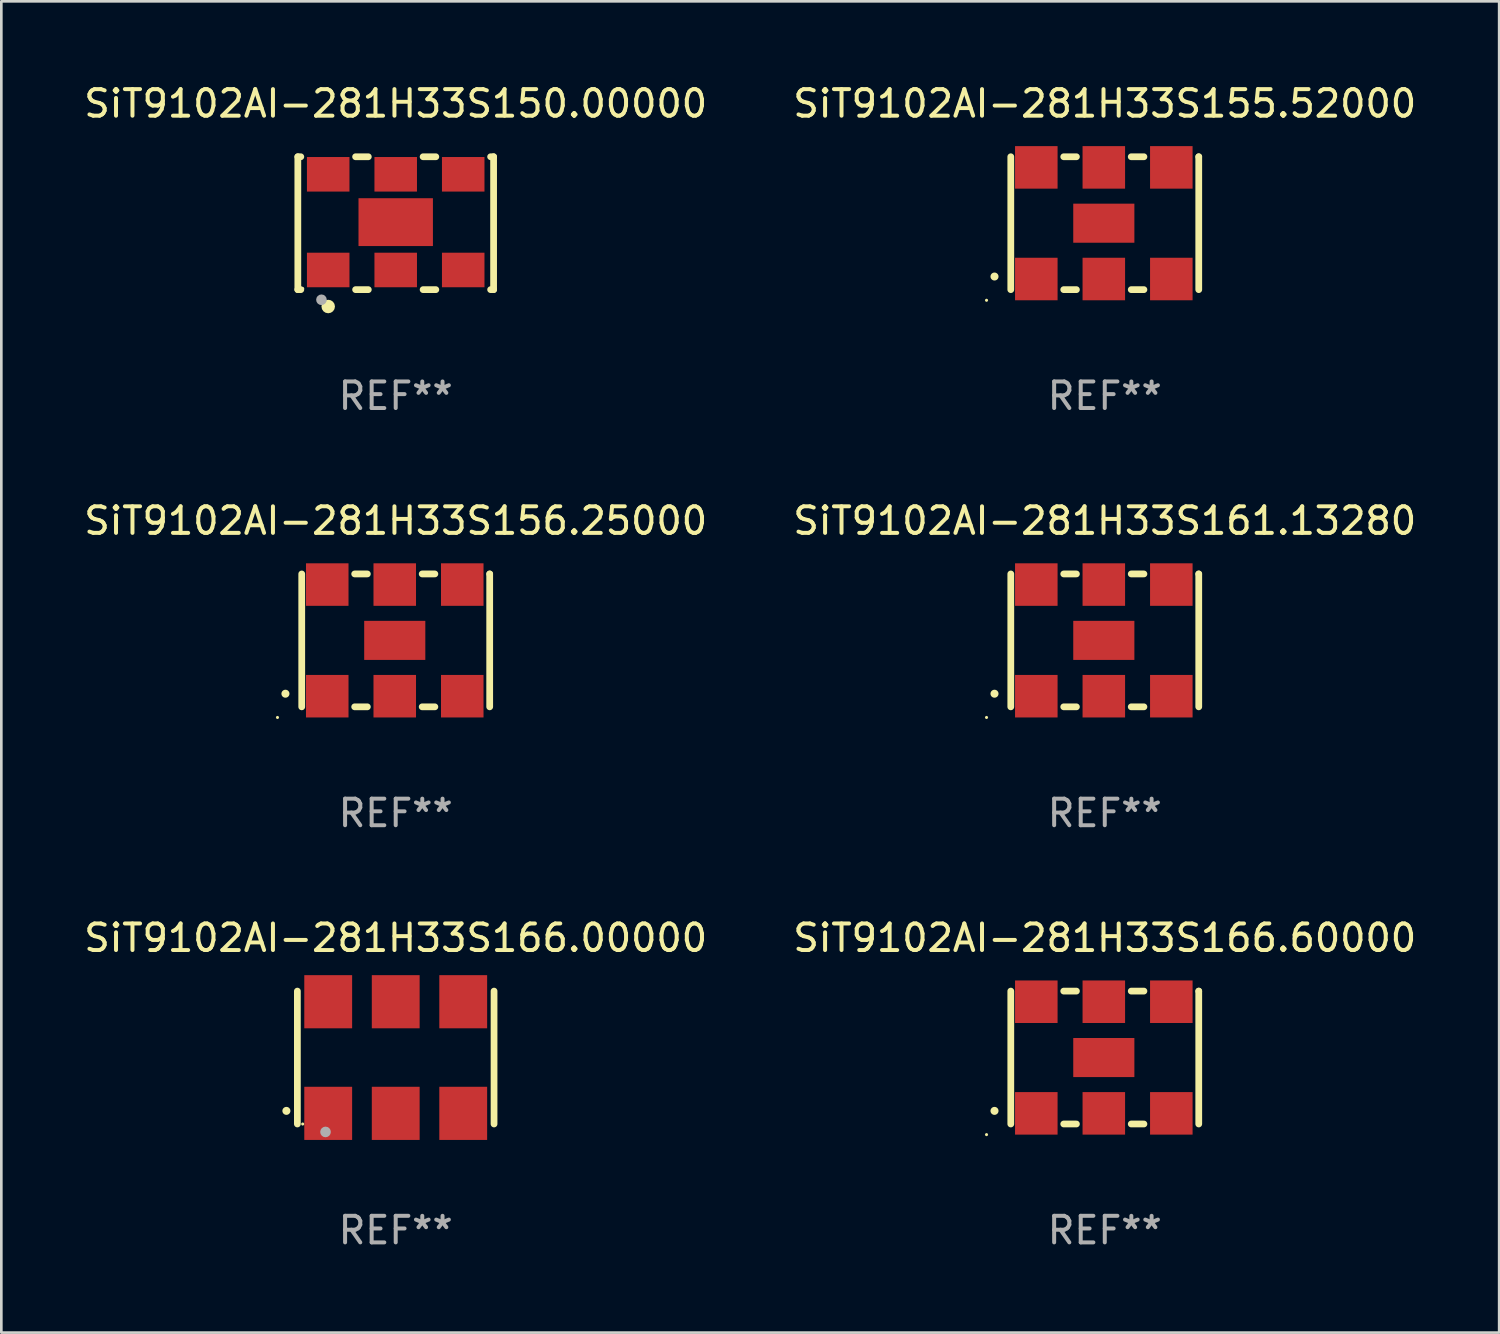
<source format=kicad_pcb>
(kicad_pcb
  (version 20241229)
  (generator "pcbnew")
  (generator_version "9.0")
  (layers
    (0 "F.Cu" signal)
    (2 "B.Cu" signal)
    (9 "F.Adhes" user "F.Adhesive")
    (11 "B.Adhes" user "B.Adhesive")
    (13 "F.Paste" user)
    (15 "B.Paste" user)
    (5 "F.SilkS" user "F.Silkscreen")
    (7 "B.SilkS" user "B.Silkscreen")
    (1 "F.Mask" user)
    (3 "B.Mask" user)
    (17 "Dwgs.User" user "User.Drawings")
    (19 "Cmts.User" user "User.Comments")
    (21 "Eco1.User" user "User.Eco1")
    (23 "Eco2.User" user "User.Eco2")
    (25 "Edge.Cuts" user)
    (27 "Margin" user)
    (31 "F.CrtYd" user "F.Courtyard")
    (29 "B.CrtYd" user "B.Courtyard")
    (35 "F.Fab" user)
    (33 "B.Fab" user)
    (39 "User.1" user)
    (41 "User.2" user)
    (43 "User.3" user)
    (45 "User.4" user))
  (footprint "SiT9102AI-281H33S166.60000"
    (layer "F.Cu")
    (at 38.518 36.741)
    (property "Reference" "SiT9102AI-281H33S166.60000" (at 0 -4.5 0) (layer "F.SilkS") (effects (font (size 1 1) (thickness 0.15))))
    (attr through_hole)
    (fp_line (start -3.536 -2.5) (end -3.536 2.5) (stroke (width 0.254) (type solid)) (layer "F.SilkS"))
    (fp_line (start -1.544 2.5) (end -1.067 2.5) (stroke (width 0.254) (type solid)) (layer "F.SilkS"))
    (fp_line (start -1.067 -2.5) (end -1.544 -2.5) (stroke (width 0.254) (type solid)) (layer "F.SilkS"))
    (fp_line (start 0.996 2.5) (end 1.473 2.5) (stroke (width 0.254) (type solid)) (layer "F.SilkS"))
    (fp_line (start 1.473 -2.5) (end 0.996 -2.5) (stroke (width 0.254) (type solid)) (layer "F.SilkS"))
    (fp_line (start 3.536 -2.5) (end 3.536 -2.5) (stroke (width 0.254) (type solid)) (layer "F.SilkS"))
    (fp_line (start 3.536 2.5) (end 3.536 -2.5) (stroke (width 0.254) (type solid)) (layer "F.SilkS"))
    (fp_arc (start -4.150432 2.006604) (mid -4.149162 2.006599) (end -4.147892 2.006604) (stroke (width 0.3) (type solid)) (layer "F.SilkS"))
    (fp_circle (center -4.449 2.9) (end -4.419 2.9) (stroke (width 0.06) (type solid)) (fill no) (layer "F.SilkS"))
    (fp_text user "REF**" (at 0 6.5 0) (layer "F.Fab") (effects (font (size 1 1) (thickness 0.15))))
    (pad "1" smd rect (at -2.576 2.1) (size 1.6 1.6) (layers "F.Cu" "F.Mask" "F.Paste"))
    (pad "2" smd rect (at -0.036 2.1) (size 1.6 1.6) (layers "F.Cu" "F.Mask" "F.Paste"))
    (pad "3" smd rect (at 2.504 2.1) (size 1.6 1.6) (layers "F.Cu" "F.Mask" "F.Paste"))
    (pad "4" smd rect (at 2.504 -2.1) (size 1.6 1.6) (layers "F.Cu" "F.Mask" "F.Paste"))
    (pad "5" smd rect (at -0.036 -2.1) (size 1.6 1.6) (layers "F.Cu" "F.Mask" "F.Paste"))
    (pad "6" smd rect (at -2.576 -2.1) (size 1.6 1.6) (layers "F.Cu" "F.Mask" "F.Paste"))
    (pad "7" smd rect (at -0.036 0) (size 2.3 1.47) (layers "F.Cu" "F.Mask" "F.Paste")))
  (footprint "SiT9102AI-281H33S156.25000"
    (layer "F.Cu")
    (at 11.839 21.045)
    (property "Reference" "SiT9102AI-281H33S156.25000" (at 0 -4.5 0) (layer "F.SilkS") (effects (font (size 1 1) (thickness 0.15))))
    (attr through_hole)
    (fp_line (start -3.536 -2.5) (end -3.536 2.5) (stroke (width 0.254) (type solid)) (layer "F.SilkS"))
    (fp_line (start -1.544 2.5) (end -1.067 2.5) (stroke (width 0.254) (type solid)) (layer "F.SilkS"))
    (fp_line (start -1.067 -2.5) (end -1.544 -2.5) (stroke (width 0.254) (type solid)) (layer "F.SilkS"))
    (fp_line (start 0.996 2.5) (end 1.473 2.5) (stroke (width 0.254) (type solid)) (layer "F.SilkS"))
    (fp_line (start 1.473 -2.5) (end 0.996 -2.5) (stroke (width 0.254) (type solid)) (layer "F.SilkS"))
    (fp_line (start 3.536 -2.5) (end 3.536 -2.5) (stroke (width 0.254) (type solid)) (layer "F.SilkS"))
    (fp_line (start 3.536 2.5) (end 3.536 -2.5) (stroke (width 0.254) (type solid)) (layer "F.SilkS"))
    (fp_arc (start -4.150432 2.006604) (mid -4.149162 2.006599) (end -4.147892 2.006604) (stroke (width 0.3) (type solid)) (layer "F.SilkS"))
    (fp_circle (center -4.449 2.9) (end -4.419 2.9) (stroke (width 0.06) (type solid)) (fill no) (layer "F.SilkS"))
    (fp_text user "REF**" (at 0 6.5 0) (layer "F.Fab") (effects (font (size 1 1) (thickness 0.15))))
    (pad "1" smd rect (at -2.576 2.1) (size 1.6 1.6) (layers "F.Cu" "F.Mask" "F.Paste"))
    (pad "2" smd rect (at -0.036 2.1) (size 1.6 1.6) (layers "F.Cu" "F.Mask" "F.Paste"))
    (pad "3" smd rect (at 2.504 2.1) (size 1.6 1.6) (layers "F.Cu" "F.Mask" "F.Paste"))
    (pad "4" smd rect (at 2.504 -2.1) (size 1.6 1.6) (layers "F.Cu" "F.Mask" "F.Paste"))
    (pad "5" smd rect (at -0.036 -2.1) (size 1.6 1.6) (layers "F.Cu" "F.Mask" "F.Paste"))
    (pad "6" smd rect (at -2.576 -2.1) (size 1.6 1.6) (layers "F.Cu" "F.Mask" "F.Paste"))
    (pad "7" smd rect (at -0.036 0) (size 2.3 1.47) (layers "F.Cu" "F.Mask" "F.Paste")))
  (footprint "SiT9102AI-281H33S155.52000"
    (layer "F.Cu")
    (at 38.518 5.348)
    (property "Reference" "SiT9102AI-281H33S155.52000" (at 0 -4.5 0) (layer "F.SilkS") (effects (font (size 1 1) (thickness 0.15))))
    (attr through_hole)
    (fp_line (start -3.536 -2.5) (end -3.536 2.5) (stroke (width 0.254) (type solid)) (layer "F.SilkS"))
    (fp_line (start -1.544 2.5) (end -1.067 2.5) (stroke (width 0.254) (type solid)) (layer "F.SilkS"))
    (fp_line (start -1.067 -2.5) (end -1.544 -2.5) (stroke (width 0.254) (type solid)) (layer "F.SilkS"))
    (fp_line (start 0.996 2.5) (end 1.473 2.5) (stroke (width 0.254) (type solid)) (layer "F.SilkS"))
    (fp_line (start 1.473 -2.5) (end 0.996 -2.5) (stroke (width 0.254) (type solid)) (layer "F.SilkS"))
    (fp_line (start 3.536 -2.5) (end 3.536 -2.5) (stroke (width 0.254) (type solid)) (layer "F.SilkS"))
    (fp_line (start 3.536 2.5) (end 3.536 -2.5) (stroke (width 0.254) (type solid)) (layer "F.SilkS"))
    (fp_arc (start -4.150432 2.006604) (mid -4.149162 2.006599) (end -4.147892 2.006604) (stroke (width 0.3) (type solid)) (layer "F.SilkS"))
    (fp_circle (center -4.449 2.9) (end -4.419 2.9) (stroke (width 0.06) (type solid)) (fill no) (layer "F.SilkS"))
    (fp_text user "REF**" (at 0 6.5 0) (layer "F.Fab") (effects (font (size 1 1) (thickness 0.15))))
    (pad "1" smd rect (at -2.576 2.1) (size 1.6 1.6) (layers "F.Cu" "F.Mask" "F.Paste"))
    (pad "2" smd rect (at -0.036 2.1) (size 1.6 1.6) (layers "F.Cu" "F.Mask" "F.Paste"))
    (pad "3" smd rect (at 2.504 2.1) (size 1.6 1.6) (layers "F.Cu" "F.Mask" "F.Paste"))
    (pad "4" smd rect (at 2.504 -2.1) (size 1.6 1.6) (layers "F.Cu" "F.Mask" "F.Paste"))
    (pad "5" smd rect (at -0.036 -2.1) (size 1.6 1.6) (layers "F.Cu" "F.Mask" "F.Paste"))
    (pad "6" smd rect (at -2.576 -2.1) (size 1.6 1.6) (layers "F.Cu" "F.Mask" "F.Paste"))
    (pad "7" smd rect (at -0.036 0) (size 2.3 1.47) (layers "F.Cu" "F.Mask" "F.Paste")))
  (footprint "SiT9102AI-281H33S166.00000"
    (layer "F.Cu")
    (at 11.839 36.741)
    (property "Reference" "SiT9102AI-281H33S166.00000" (at 0 -4.5 0) (layer "F.SilkS") (effects (font (size 1 1) (thickness 0.15))))
    (attr through_hole)
    (fp_line (start -3.7 -2.5) (end -3.7 2.5) (stroke (width 0.254) (type solid)) (layer "F.SilkS"))
    (fp_line (start 3.7 -2.5) (end 3.7 2.5) (stroke (width 0.254) (type solid)) (layer "F.SilkS"))
    (fp_arc (start -4.114415 2.006604) (mid -4.113145 2.006599) (end -4.111875 2.006604) (stroke (width 0.3) (type solid)) (layer "F.SilkS"))
    (fp_circle (center -3.5 2.501) (end -3.47 2.501) (stroke (width 0.06) (type solid)) (fill no) (layer "F.SilkS"))
    (fp_circle (center -2.641 2.799) (end -2.541 2.799) (stroke (width 0.2) (type solid)) (fill no) (layer "F.Fab"))
    (fp_text user "REF**" (at 0 6.5 0) (layer "F.Fab") (effects (font (size 1 1) (thickness 0.15))))
    (pad "1" smd rect (at -2.54 2.1) (size 1.8 2) (layers "F.Cu" "F.Mask" "F.Paste"))
    (pad "2" smd rect (at 0.000394 2.1) (size 1.8 2) (layers "F.Cu" "F.Mask" "F.Paste"))
    (pad "3" smd rect (at 2.54 2.1) (size 1.8 2) (layers "F.Cu" "F.Mask" "F.Paste"))
    (pad "4" smd rect (at 2.54 -2.1) (size 1.8 2) (layers "F.Cu" "F.Mask" "F.Paste"))
    (pad "5" smd rect (at 0.000394 -2.1) (size 1.8 2) (layers "F.Cu" "F.Mask" "F.Paste"))
    (pad "6" smd rect (at -2.54 -2.1) (size 1.8 2) (layers "F.Cu" "F.Mask" "F.Paste")))
  (footprint "SiT9102AI-281H33S150.00000"
    (layer "F.Cu")
    (at 11.839 5.348)
    (property "Reference" "SiT9102AI-281H33S150.00000" (at 0 -4.5 0) (layer "F.SilkS") (effects (font (size 1 1) (thickness 0.15))))
    (attr through_hole)
    (fp_line (start -3.683 -2.5) (end -3.571 -2.5) (stroke (width 0.254) (type solid)) (layer "F.SilkS"))
    (fp_line (start -3.683 2.5) (end -3.683 -2.5) (stroke (width 0.254) (type solid)) (layer "F.SilkS"))
    (fp_line (start -3.683 2.5) (end -3.571 2.5) (stroke (width 0.254) (type solid)) (layer "F.SilkS"))
    (fp_line (start -1.509 -2.5) (end -1.031 -2.5) (stroke (width 0.254) (type solid)) (layer "F.SilkS"))
    (fp_line (start -1.509 2.5) (end -1.031 2.5) (stroke (width 0.254) (type solid)) (layer "F.SilkS"))
    (fp_line (start 1.031 -2.5) (end 1.509 -2.5) (stroke (width 0.254) (type solid)) (layer "F.SilkS"))
    (fp_line (start 1.031 2.5) (end 1.509 2.5) (stroke (width 0.254) (type solid)) (layer "F.SilkS"))
    (fp_line (start 3.571 -2.5) (end 3.683 -2.5) (stroke (width 0.254) (type solid)) (layer "F.SilkS"))
    (fp_line (start 3.571 2.5) (end 3.683 2.5) (stroke (width 0.254) (type solid)) (layer "F.SilkS"))
    (fp_line (start 3.683 2.5) (end 3.683 -2.5) (stroke (width 0.254) (type solid)) (layer "F.SilkS"))
    (fp_circle (center -3.5 2.46) (end -3.47 2.46) (stroke (width 0.06) (type solid)) (fill no) (layer "F.SilkS"))
    (fp_circle (center -2.54 3.135) (end -2.413 3.135) (stroke (width 0.254) (type solid)) (fill no) (layer "F.SilkS"))
    (fp_circle (center -2.794 2.881) (end -2.694 2.881) (stroke (width 0.2) (type solid)) (fill no) (layer "F.Fab"))
    (fp_text user "REF**" (at 0 6.5 0) (layer "F.Fab") (effects (font (size 1 1) (thickness 0.15))))
    (pad "1" smd rect (at -2.54 1.76) (size 1.6 1.3) (layers "F.Cu" "F.Mask" "F.Paste"))
    (pad "2" smd rect (at 0 1.76) (size 1.6 1.3) (layers "F.Cu" "F.Mask" "F.Paste"))
    (pad "3" smd rect (at 2.54 1.76) (size 1.6 1.3) (layers "F.Cu" "F.Mask" "F.Paste"))
    (pad "4" smd rect (at 2.54 -1.84) (size 1.6 1.3) (layers "F.Cu" "F.Mask" "F.Paste"))
    (pad "5" smd rect (at 0 -1.84) (size 1.6 1.3) (layers "F.Cu" "F.Mask" "F.Paste"))
    (pad "6" smd rect (at -2.54 -1.84) (size 1.6 1.3) (layers "F.Cu" "F.Mask" "F.Paste"))
    (pad "7" smd rect (at 0 -0.04) (size 2.8 1.8) (layers "F.Cu" "F.Mask" "F.Paste")))
  (footprint "SiT9102AI-281H33S161.13280"
    (layer "F.Cu")
    (at 38.518 21.045)
    (property "Reference" "SiT9102AI-281H33S161.13280" (at 0 -4.5 0) (layer "F.SilkS") (effects (font (size 1 1) (thickness 0.15))))
    (attr through_hole)
    (fp_line (start -3.536 -2.5) (end -3.536 2.5) (stroke (width 0.254) (type solid)) (layer "F.SilkS"))
    (fp_line (start -1.544 2.5) (end -1.067 2.5) (stroke (width 0.254) (type solid)) (layer "F.SilkS"))
    (fp_line (start -1.067 -2.5) (end -1.544 -2.5) (stroke (width 0.254) (type solid)) (layer "F.SilkS"))
    (fp_line (start 0.996 2.5) (end 1.473 2.5) (stroke (width 0.254) (type solid)) (layer "F.SilkS"))
    (fp_line (start 1.473 -2.5) (end 0.996 -2.5) (stroke (width 0.254) (type solid)) (layer "F.SilkS"))
    (fp_line (start 3.536 -2.5) (end 3.536 -2.5) (stroke (width 0.254) (type solid)) (layer "F.SilkS"))
    (fp_line (start 3.536 2.5) (end 3.536 -2.5) (stroke (width 0.254) (type solid)) (layer "F.SilkS"))
    (fp_arc (start -4.150432 2.006604) (mid -4.149162 2.006599) (end -4.147892 2.006604) (stroke (width 0.3) (type solid)) (layer "F.SilkS"))
    (fp_circle (center -4.449 2.9) (end -4.419 2.9) (stroke (width 0.06) (type solid)) (fill no) (layer "F.SilkS"))
    (fp_text user "REF**" (at 0 6.5 0) (layer "F.Fab") (effects (font (size 1 1) (thickness 0.15))))
    (pad "1" smd rect (at -2.576 2.1) (size 1.6 1.6) (layers "F.Cu" "F.Mask" "F.Paste"))
    (pad "2" smd rect (at -0.036 2.1) (size 1.6 1.6) (layers "F.Cu" "F.Mask" "F.Paste"))
    (pad "3" smd rect (at 2.504 2.1) (size 1.6 1.6) (layers "F.Cu" "F.Mask" "F.Paste"))
    (pad "4" smd rect (at 2.504 -2.1) (size 1.6 1.6) (layers "F.Cu" "F.Mask" "F.Paste"))
    (pad "5" smd rect (at -0.036 -2.1) (size 1.6 1.6) (layers "F.Cu" "F.Mask" "F.Paste"))
    (pad "6" smd rect (at -2.576 -2.1) (size 1.6 1.6) (layers "F.Cu" "F.Mask" "F.Paste"))
    (pad "7" smd rect (at -0.036 0) (size 2.3 1.47) (layers "F.Cu" "F.Mask" "F.Paste")))
  (gr_rect
    (start -3 -3)
    (end 53.357 47.09)
    (stroke (width 0.1) (type default))
    (fill no)
    (layer "Edge.Cuts")))
</source>
